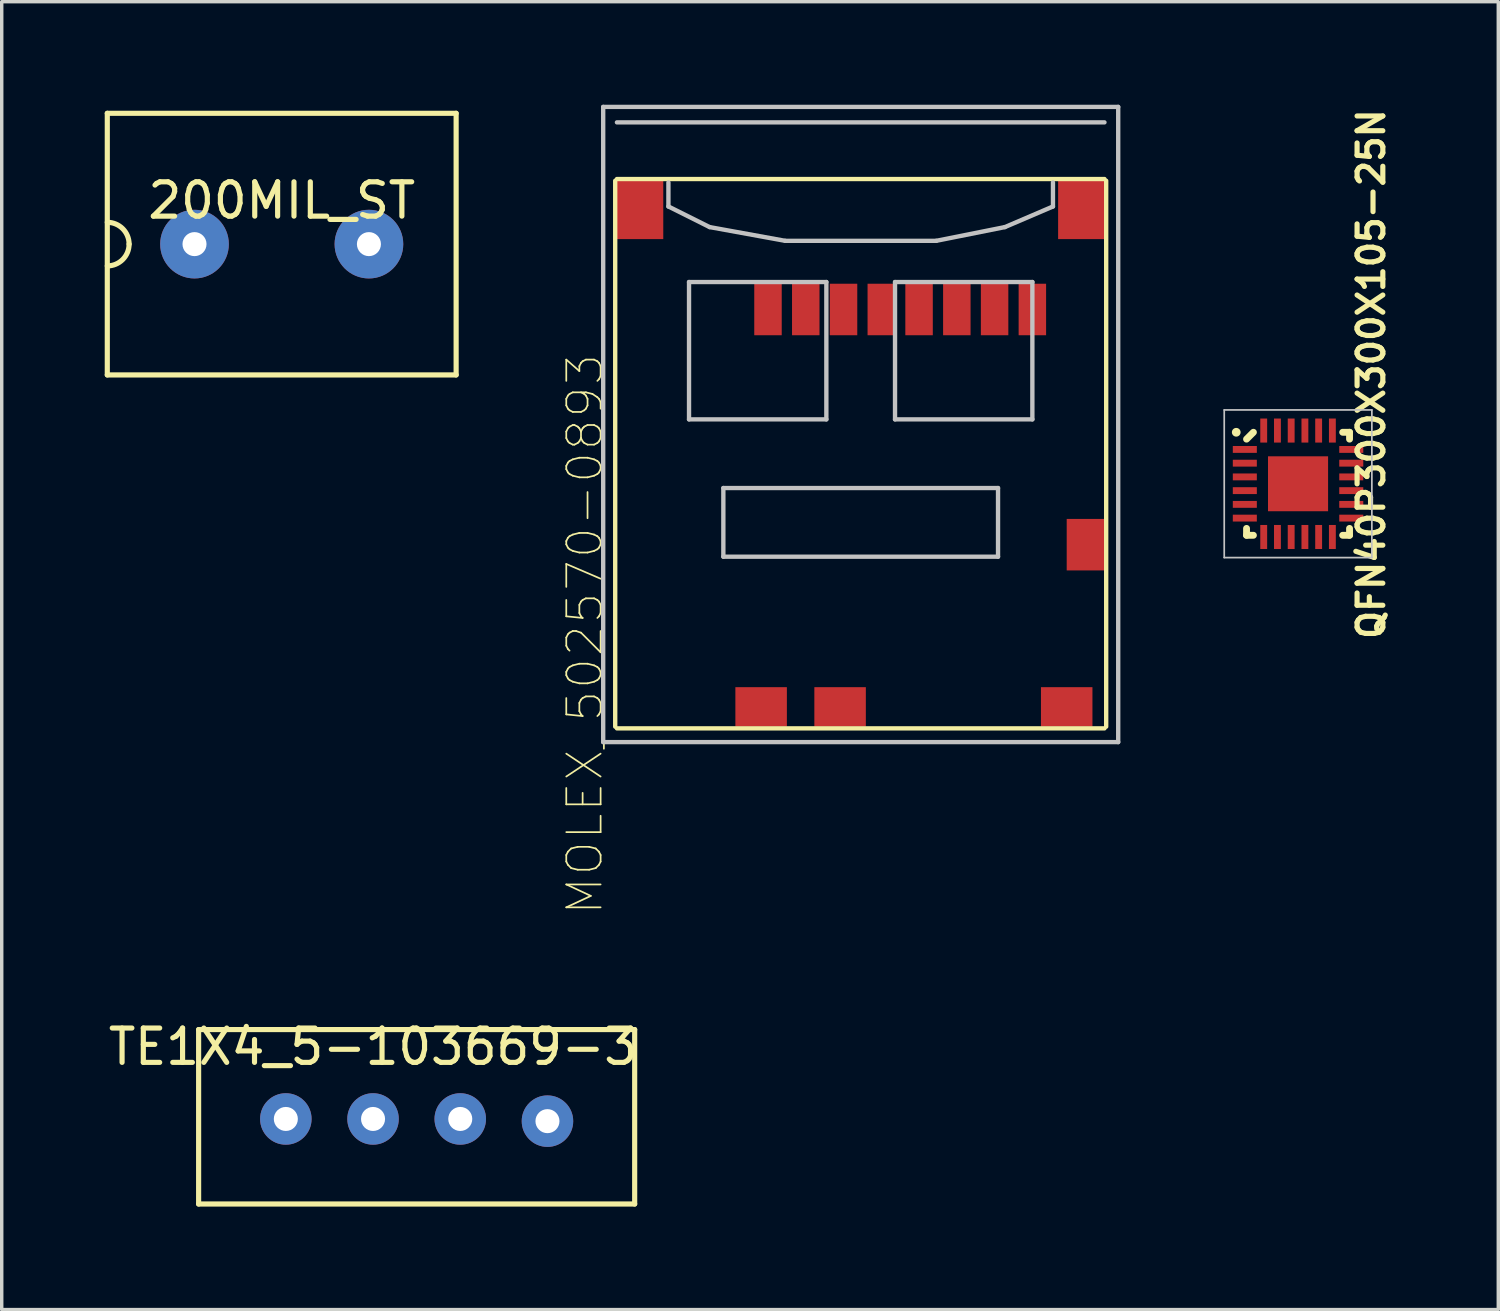
<source format=kicad_pcb>
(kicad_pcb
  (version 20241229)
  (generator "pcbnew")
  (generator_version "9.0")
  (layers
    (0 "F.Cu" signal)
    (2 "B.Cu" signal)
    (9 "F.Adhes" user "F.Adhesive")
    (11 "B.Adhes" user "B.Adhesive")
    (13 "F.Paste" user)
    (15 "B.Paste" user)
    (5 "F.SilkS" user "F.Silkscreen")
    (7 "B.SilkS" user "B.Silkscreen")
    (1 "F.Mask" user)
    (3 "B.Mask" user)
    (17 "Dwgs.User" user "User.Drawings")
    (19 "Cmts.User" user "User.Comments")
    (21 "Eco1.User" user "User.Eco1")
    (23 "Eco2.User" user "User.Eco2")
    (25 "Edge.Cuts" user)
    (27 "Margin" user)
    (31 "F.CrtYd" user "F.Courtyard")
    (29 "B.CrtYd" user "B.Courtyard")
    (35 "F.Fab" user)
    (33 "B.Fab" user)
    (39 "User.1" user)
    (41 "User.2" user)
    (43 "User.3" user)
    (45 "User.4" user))
  (footprint "QFN40P300X300X105-25N"
    (layer "F.Cu")
    (at 34.756 11.04)
    (property "Reference" "QFN40P300X300X105-25N" (at 2.13 -3.194 90) (layer "F.SilkS") (effects (font (size 0.75 0.75) (thickness 0.15))))
    (attr smd)
    (fp_line (start -1.5 -1.3) (end -1.3 -1.5) (stroke (width 0.2) (type solid)) (layer "F.SilkS"))
    (fp_line (start -1.5 1.5) (end -1.5 1.3) (stroke (width 0.2) (type solid)) (layer "F.SilkS"))
    (fp_line (start -1.3 1.5) (end -1.5 1.5) (stroke (width 0.2) (type solid)) (layer "F.SilkS"))
    (fp_line (start 1.3 -1.5) (end 1.5 -1.5) (stroke (width 0.2) (type solid)) (layer "F.SilkS"))
    (fp_line (start 1.5 -1.5) (end 1.5 -1.3) (stroke (width 0.2) (type solid)) (layer "F.SilkS"))
    (fp_line (start 1.5 1.3) (end 1.5 1.5) (stroke (width 0.2) (type solid)) (layer "F.SilkS"))
    (fp_line (start 1.5 1.5) (end 1.3 1.5) (stroke (width 0.2) (type solid)) (layer "F.SilkS"))
    (fp_circle (center -1.8 -1.5) (end -1.673 -1.5) (stroke (width 0) (type solid)) (fill yes) (layer "F.SilkS"))
    (fp_poly (pts (xy -0.575 -0.475) (xy 0.575 -0.475) (xy 0.575 0.475) (xy -0.575 0.475)) (stroke (width 0.381) (type solid)) (fill yes) (layer "F.Paste"))
    (fp_line (start -2.15 -2.15) (end 2.15 -2.15) (stroke (width 0.05) (type solid)) (layer "Dwgs.User"))
    (fp_line (start -2.15 2.15) (end -2.15 -2.15) (stroke (width 0.05) (type solid)) (layer "Dwgs.User"))
    (fp_line (start 2.15 -2.15) (end 2.15 2.15) (stroke (width 0.05) (type solid)) (layer "Dwgs.User"))
    (fp_line (start 2.15 2.15) (end -2.15 2.15) (stroke (width 0.05) (type solid)) (layer "Dwgs.User"))
    (pad "1" smd rect (at -1.55 -1) (size 0.7 0.2) (layers "F.Cu" "F.Mask" "F.Paste"))
    (pad "2" smd rect (at -1.55 -0.6) (size 0.7 0.2) (layers "F.Cu" "F.Mask" "F.Paste"))
    (pad "3" smd rect (at -1.55 -0.2) (size 0.7 0.2) (layers "F.Cu" "F.Mask" "F.Paste"))
    (pad "4" smd rect (at -1.55 0.2) (size 0.7 0.2) (layers "F.Cu" "F.Mask" "F.Paste"))
    (pad "5" smd rect (at -1.55 0.6) (size 0.7 0.2) (layers "F.Cu" "F.Mask" "F.Paste"))
    (pad "6" smd rect (at -1.55 1) (size 0.7 0.2) (layers "F.Cu" "F.Mask" "F.Paste"))
    (pad "7" smd rect (at -1 1.55 90) (size 0.7 0.2) (layers "F.Cu" "F.Mask" "F.Paste"))
    (pad "8" smd rect (at -0.6 1.55 90) (size 0.7 0.2) (layers "F.Cu" "F.Mask" "F.Paste"))
    (pad "9" smd rect (at -0.2 1.55 90) (size 0.7 0.2) (layers "F.Cu" "F.Mask" "F.Paste"))
    (pad "10" smd rect (at 0.2 1.55 90) (size 0.7 0.2) (layers "F.Cu" "F.Mask" "F.Paste"))
    (pad "11" smd rect (at 0.6 1.55 90) (size 0.7 0.2) (layers "F.Cu" "F.Mask" "F.Paste"))
    (pad "12" smd rect (at 1 1.55 90) (size 0.7 0.2) (layers "F.Cu" "F.Mask" "F.Paste"))
    (pad "13" smd rect (at 1.55 1 180) (size 0.7 0.2) (layers "F.Cu" "F.Mask" "F.Paste"))
    (pad "14" smd rect (at 1.55 0.6 180) (size 0.7 0.2) (layers "F.Cu" "F.Mask" "F.Paste"))
    (pad "15" smd rect (at 1.55 0.2 180) (size 0.7 0.2) (layers "F.Cu" "F.Mask" "F.Paste"))
    (pad "16" smd rect (at 1.55 -0.2 180) (size 0.7 0.2) (layers "F.Cu" "F.Mask" "F.Paste"))
    (pad "17" smd rect (at 1.55 -0.6 180) (size 0.7 0.2) (layers "F.Cu" "F.Mask" "F.Paste"))
    (pad "18" smd rect (at 1.55 -1 180) (size 0.7 0.2) (layers "F.Cu" "F.Mask" "F.Paste"))
    (pad "19" smd rect (at 1 -1.55 270) (size 0.7 0.2) (layers "F.Cu" "F.Mask" "F.Paste"))
    (pad "20" smd rect (at 0.6 -1.55 270) (size 0.7 0.2) (layers "F.Cu" "F.Mask" "F.Paste"))
    (pad "21" smd rect (at 0.2 -1.55 270) (size 0.7 0.2) (layers "F.Cu" "F.Mask" "F.Paste"))
    (pad "22" smd rect (at -0.2 -1.55 270) (size 0.7 0.2) (layers "F.Cu" "F.Mask" "F.Paste"))
    (pad "23" smd rect (at -0.6 -1.55 270) (size 0.7 0.2) (layers "F.Cu" "F.Mask" "F.Paste"))
    (pad "24" smd rect (at -1 -1.55 270) (size 0.7 0.2) (layers "F.Cu" "F.Mask" "F.Paste"))
    (pad "25" smd rect (at 0 0) (size 1.75 1.6) (layers "F.Cu" "F.Mask" "F.Paste")))
  (footprint "TE1X4_5-103669-3"
    (layer "F.Cu")
    (at 7.815 26.937)
    (property "Reference" "TE1X4_5-103669-3" (at 0 0.5 0) (layer "F.SilkS") (effects (font (size 1 1) (thickness 0.15))))
    (attr through_hole)
    (fp_line (start -5.08 0) (end 7.62 0) (stroke (width 0.15) (type solid)) (layer "F.SilkS"))
    (fp_line (start -5.08 5.08) (end -5.08 0) (stroke (width 0.15) (type solid)) (layer "F.SilkS"))
    (fp_line (start 7.62 0) (end 7.62 5.08) (stroke (width 0.15) (type solid)) (layer "F.SilkS"))
    (fp_line (start 7.62 5.08) (end -5.08 5.08) (stroke (width 0.15) (type solid)) (layer "F.SilkS"))
    (pad "1" thru_hole circle (at -2.54 2.603) (size 1.5 1.5) (drill 0.7) (layers "*.Cu" "*.Mask"))
    (pad "2" thru_hole circle (at 0 2.603) (size 1.5 1.5) (drill 0.7) (layers "*.Cu" "*.Mask"))
    (pad "3" thru_hole circle (at 2.54 2.603) (size 1.5 1.5) (drill 0.7) (layers "*.Cu" "*.Mask"))
    (pad "4" thru_hole circle (at 5.08 2.667) (size 1.5 1.5) (drill 0.7) (layers "*.Cu" "*.Mask")))
  (footprint "200MIL_ST"
    (layer "F.Cu")
    (at 5.155 0.25)
    (property "Reference" "200MIL_ST" (at 0 2.54 0) (layer "F.SilkS") (effects (font (size 1 1) (thickness 0.15))))
    (attr through_hole)
    (fp_line (start -5.08 0) (end -5.08 7.62) (stroke (width 0.15) (type solid)) (layer "F.SilkS"))
    (fp_line (start -5.08 0) (end 5.08 0) (stroke (width 0.15) (type solid)) (layer "F.SilkS"))
    (fp_line (start 5.08 0) (end 5.08 7.62) (stroke (width 0.15) (type solid)) (layer "F.SilkS"))
    (fp_line (start 5.08 7.62) (end -5.08 7.62) (stroke (width 0.15) (type solid)) (layer "F.SilkS"))
    (fp_arc (start -5.08 3.175) (mid -4.630987 3.360987) (end -4.445 3.81) (stroke (width 0.15) (type solid)) (layer "F.SilkS"))
    (fp_arc (start -4.445 3.81) (mid -4.630987 4.259013) (end -5.08 4.445) (stroke (width 0.15) (type solid)) (layer "F.SilkS"))
    (pad "1" thru_hole circle (at -2.54 3.81) (size 2 2) (drill 0.7) (layers "*.Cu" "*.Mask"))
    (pad "2" thru_hole circle (at 2.54 3.81) (size 2 2) (drill 0.7) (layers "*.Cu" "*.Mask")))
  (footprint "MOLEX_502570-0893"
    (layer "F.Cu")
    (at 22.018 10.164)
    (property "Reference" "MOLEX_502570-0893" (at -8.035 5.26 90) (layer "F.SilkS") (effects (font (size 1 1) (thickness 0.05))))
    (attr smd)
    (fp_line (start -7.15 -7.95) (end -7.15 7.95) (stroke (width 0.127) (type solid)) (layer "F.SilkS"))
    (fp_line (start -7.1 -8) (end 7.1 -8) (stroke (width 0.127) (type solid)) (layer "F.SilkS"))
    (fp_line (start -7.1 8) (end 7.1 8) (stroke (width 0.127) (type solid)) (layer "F.SilkS"))
    (fp_line (start 7.15 -7.95) (end 7.15 7.95) (stroke (width 0.127) (type solid)) (layer "F.SilkS"))
    (fp_line (start -7.5 -10.1) (end -7.5 8.4) (stroke (width 0.127) (type solid)) (layer "Dwgs.User"))
    (fp_line (start -7.5 8.4) (end 7.5 8.4) (stroke (width 0.127) (type solid)) (layer "Dwgs.User"))
    (fp_line (start -7.1 -9.65) (end 7.1 -9.65) (stroke (width 0.127) (type solid)) (layer "Dwgs.User"))
    (fp_line (start -5.6 -7.9) (end -5.6 -7.2) (stroke (width 0.127) (type solid)) (layer "Dwgs.User"))
    (fp_line (start -5.6 -7.2) (end -4.4 -6.6) (stroke (width 0.127) (type solid)) (layer "Dwgs.User"))
    (fp_line (start -5 -5) (end -5 -1) (stroke (width 0.127) (type solid)) (layer "Dwgs.User"))
    (fp_line (start -5 -1) (end -1 -1) (stroke (width 0.127) (type solid)) (layer "Dwgs.User"))
    (fp_line (start -4.4 -6.6) (end -2.2 -6.2) (stroke (width 0.127) (type solid)) (layer "Dwgs.User"))
    (fp_line (start -4 1) (end -4 3) (stroke (width 0.127) (type solid)) (layer "Dwgs.User"))
    (fp_line (start -4 3) (end 4 3) (stroke (width 0.127) (type solid)) (layer "Dwgs.User"))
    (fp_line (start -2.2 -6.2) (end 2.2 -6.2) (stroke (width 0.127) (type solid)) (layer "Dwgs.User"))
    (fp_line (start -1 -5) (end -5 -5) (stroke (width 0.127) (type solid)) (layer "Dwgs.User"))
    (fp_line (start -1 -1) (end -1 -5) (stroke (width 0.127) (type solid)) (layer "Dwgs.User"))
    (fp_line (start 1 -5) (end 1 -1) (stroke (width 0.127) (type solid)) (layer "Dwgs.User"))
    (fp_line (start 1 -1) (end 5 -1) (stroke (width 0.127) (type solid)) (layer "Dwgs.User"))
    (fp_line (start 4 1) (end -4 1) (stroke (width 0.127) (type solid)) (layer "Dwgs.User"))
    (fp_line (start 4 3) (end 4 1) (stroke (width 0.127) (type solid)) (layer "Dwgs.User"))
    (fp_line (start 4.2 -6.6) (end 2.2 -6.2) (stroke (width 0.127) (type solid)) (layer "Dwgs.User"))
    (fp_line (start 5 -5) (end 1 -5) (stroke (width 0.127) (type solid)) (layer "Dwgs.User"))
    (fp_line (start 5 -1) (end 5 -5) (stroke (width 0.127) (type solid)) (layer "Dwgs.User"))
    (fp_line (start 5.6 -7.2) (end 4.2 -6.6) (stroke (width 0.127) (type solid)) (layer "Dwgs.User"))
    (fp_line (start 5.6 -7.2) (end 5.6 -7.9) (stroke (width 0.127) (type solid)) (layer "Dwgs.User"))
    (fp_line (start 7.5 -10.1) (end -7.5 -10.1) (stroke (width 0.127) (type solid)) (layer "Dwgs.User"))
    (fp_line (start 7.5 8.4) (end 7.5 -10.1) (stroke (width 0.127) (type solid)) (layer "Dwgs.User"))
    (pad "1" smd rect (at -2.7 -4.2) (size 0.8 1.5) (layers "F.Cu" "F.Mask" "F.Paste"))
    (pad "2" smd rect (at -1.6 -4.2) (size 0.8 1.5) (layers "F.Cu" "F.Mask" "F.Paste"))
    (pad "3" smd rect (at -0.5 -4.2) (size 0.8 1.5) (layers "F.Cu" "F.Mask" "F.Paste"))
    (pad "4" smd rect (at 0.6 -4.2) (size 0.8 1.5) (layers "F.Cu" "F.Mask" "F.Paste"))
    (pad "5" smd rect (at 1.7 -4.2) (size 0.8 1.5) (layers "F.Cu" "F.Mask" "F.Paste"))
    (pad "6" smd rect (at 2.8 -4.2) (size 0.8 1.5) (layers "F.Cu" "F.Mask" "F.Paste"))
    (pad "7" smd rect (at 3.9 -4.2) (size 0.8 1.5) (layers "F.Cu" "F.Mask" "F.Paste"))
    (pad "8" smd rect (at 5 -4.2) (size 0.8 1.5) (layers "F.Cu" "F.Mask" "F.Paste"))
    (pad "DL" smd rect (at 6.575 2.65) (size 1.15 1.5) (layers "F.Cu" "F.Mask" "F.Paste"))
    (pad "DS" smd rect (at -0.6 7.375) (size 1.5 1.15) (layers "F.Cu" "F.Mask" "F.Paste"))
    (pad "SM1" smd rect (at -6.45 -7.1) (size 1.4 1.7) (layers "F.Cu" "F.Mask" "F.Paste"))
    (pad "SM2" smd rect (at 6.45 -7.1) (size 1.4 1.7) (layers "F.Cu" "F.Mask" "F.Paste"))
    (pad "SM3" smd rect (at -2.9 7.375) (size 1.5 1.15) (layers "F.Cu" "F.Mask" "F.Paste"))
    (pad "SM4" smd rect (at 6 7.375) (size 1.5 1.15) (layers "F.Cu" "F.Mask" "F.Paste")))
  (gr_rect
    (start -3 -3)
    (end 40.588 35.092)
    (stroke (width 0.1) (type default))
    (fill no)
    (layer "Edge.Cuts")))
</source>
